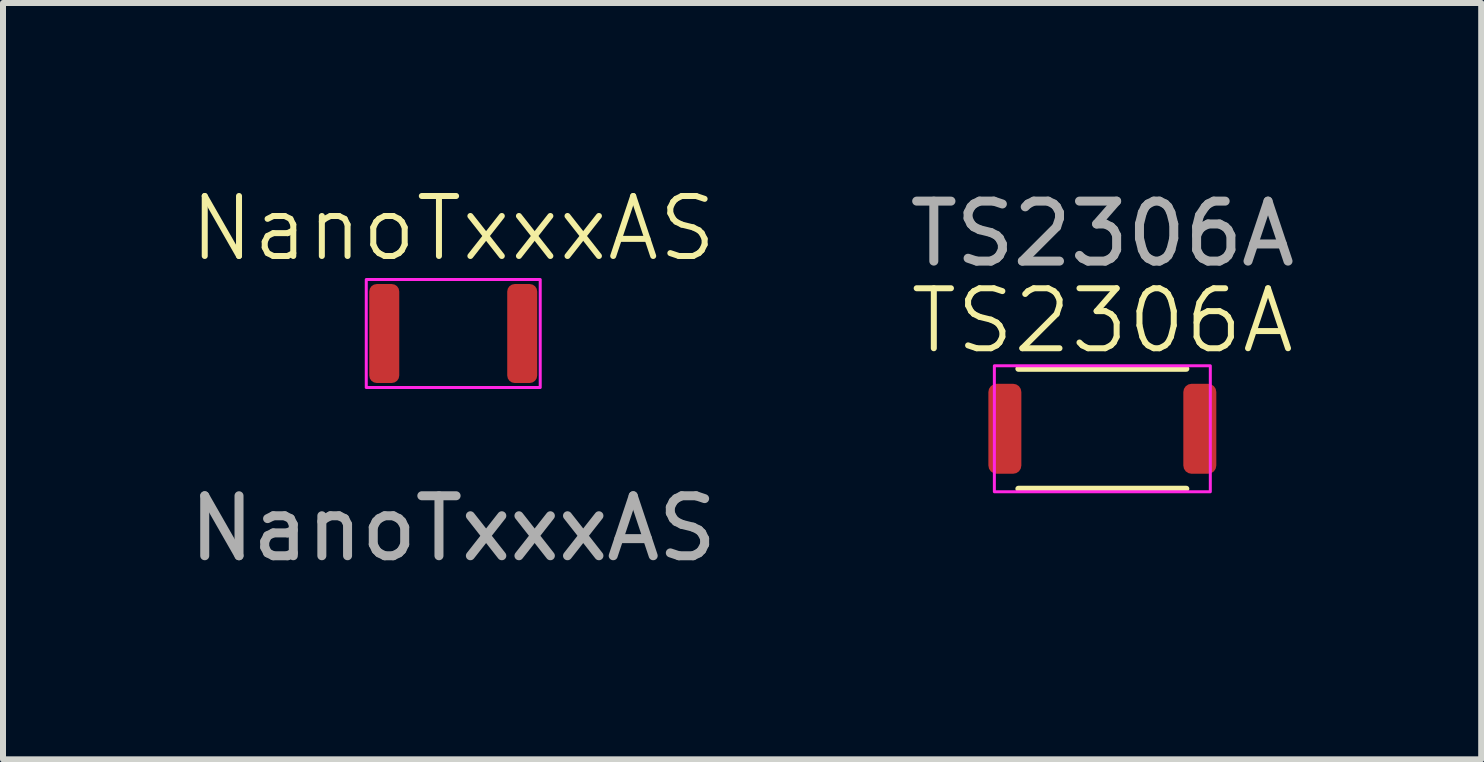
<source format=kicad_pcb>
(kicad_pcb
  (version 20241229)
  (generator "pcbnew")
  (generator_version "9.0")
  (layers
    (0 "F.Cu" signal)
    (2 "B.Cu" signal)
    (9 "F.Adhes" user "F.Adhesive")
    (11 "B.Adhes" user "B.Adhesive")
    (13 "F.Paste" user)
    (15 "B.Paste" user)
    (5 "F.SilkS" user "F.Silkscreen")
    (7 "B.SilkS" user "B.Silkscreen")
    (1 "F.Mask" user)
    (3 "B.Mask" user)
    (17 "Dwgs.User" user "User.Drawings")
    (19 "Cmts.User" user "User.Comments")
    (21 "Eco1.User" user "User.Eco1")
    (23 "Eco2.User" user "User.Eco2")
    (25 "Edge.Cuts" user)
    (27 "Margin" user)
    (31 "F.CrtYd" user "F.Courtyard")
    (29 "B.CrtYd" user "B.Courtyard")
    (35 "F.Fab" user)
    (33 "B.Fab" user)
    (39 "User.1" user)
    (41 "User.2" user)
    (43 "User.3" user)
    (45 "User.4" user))
  (footprint "NanoTxxxAS"
    (layer "F.Cu")
    (at 4.506 2.51)
    (property "Reference" "NanoTxxxAS" (at 0 -1.75 0) (unlocked yes) (layer "F.SilkS") (effects (font (size 1 1) (thickness 0.1))))
    (attr smd)
    (fp_line (start -1.1 -0.9) (end 1.1 -0.9) (stroke (width 0.05) (type default)) (layer "F.SilkS"))
    (fp_line (start -1.1 0.9) (end 1.1 0.9) (stroke (width 0.05) (type default)) (layer "F.SilkS"))
    (fp_rect (start -1.45 -0.9) (end 1.45 0.9) (stroke (width 0.05) (type default)) (fill no) (layer "F.CrtYd"))
    (fp_text user "${REFERENCE}" (at 0 3.25 0) (unlocked yes) (layer "F.Fab") (effects (font (size 1 1) (thickness 0.15))))
    (pad "1" smd roundrect (at -1.15 0) (size 0.5 1.65) (layers "F.Cu" "F.Mask" "F.Paste") (roundrect_rratio 0.25))
    (pad "2" smd roundrect (at 1.15 0) (size 0.5 1.65) (layers "F.Cu" "F.Mask" "F.Paste") (roundrect_rratio 0.25)))
  (footprint "TS2306A"
    (layer "F.Cu")
    (at 15.327 4.098)
    (property "Reference" "TS2306A" (at 0 -1.8 0) (unlocked yes) (layer "F.SilkS") (effects (font (size 1 1) (thickness 0.1))))
    (attr smd)
    (fp_line (start -1.4 -1) (end 1.4 -1) (stroke (width 0.1) (type default)) (layer "F.SilkS"))
    (fp_line (start -1.4 1) (end 1.4 1) (stroke (width 0.1) (type default)) (layer "F.SilkS"))
    (fp_rect (start -1.8 -1.05) (end 1.8 1.05) (stroke (width 0.05) (type default)) (fill no) (layer "F.CrtYd"))
    (fp_text user "${REFERENCE}" (at 0 -3.25 0) (unlocked yes) (layer "F.Fab") (effects (font (size 1 1) (thickness 0.15))))
    (pad "1" smd roundrect (at -1.625 0) (size 0.55 1.5) (layers "F.Cu" "F.Mask" "F.Paste") (roundrect_rratio 0.25))
    (pad "2" smd roundrect (at 1.625 0) (size 0.55 1.5) (layers "F.Cu" "F.Mask" "F.Paste") (roundrect_rratio 0.25))
    (zone (net_name "") (layer "F.Cu") (name "KeepOut") (hatch full 0.5) (connect_pads) (min_thickness 0.25) (filled_areas_thickness no) (keepout (tracks not_allowed) (vias not_allowed) (pads not_allowed) (copperpour not_allowed) (footprints not_allowed)) (placement (enabled no)) (fill) (polygon (pts (xy 14.227 3.148) (xy 14.277 3.098) (xy 15.327 3.098) (xy 16.377 3.098) (xy 16.427 3.148) (xy 16.427 5.048) (xy 16.377 5.098) (xy 14.277 5.098) (xy 14.227 5.048)))))
  (gr_rect
    (start -3 -3)
    (end 21.643 9.609)
    (stroke (width 0.1) (type default))
    (fill no)
    (layer "Edge.Cuts")))
</source>
